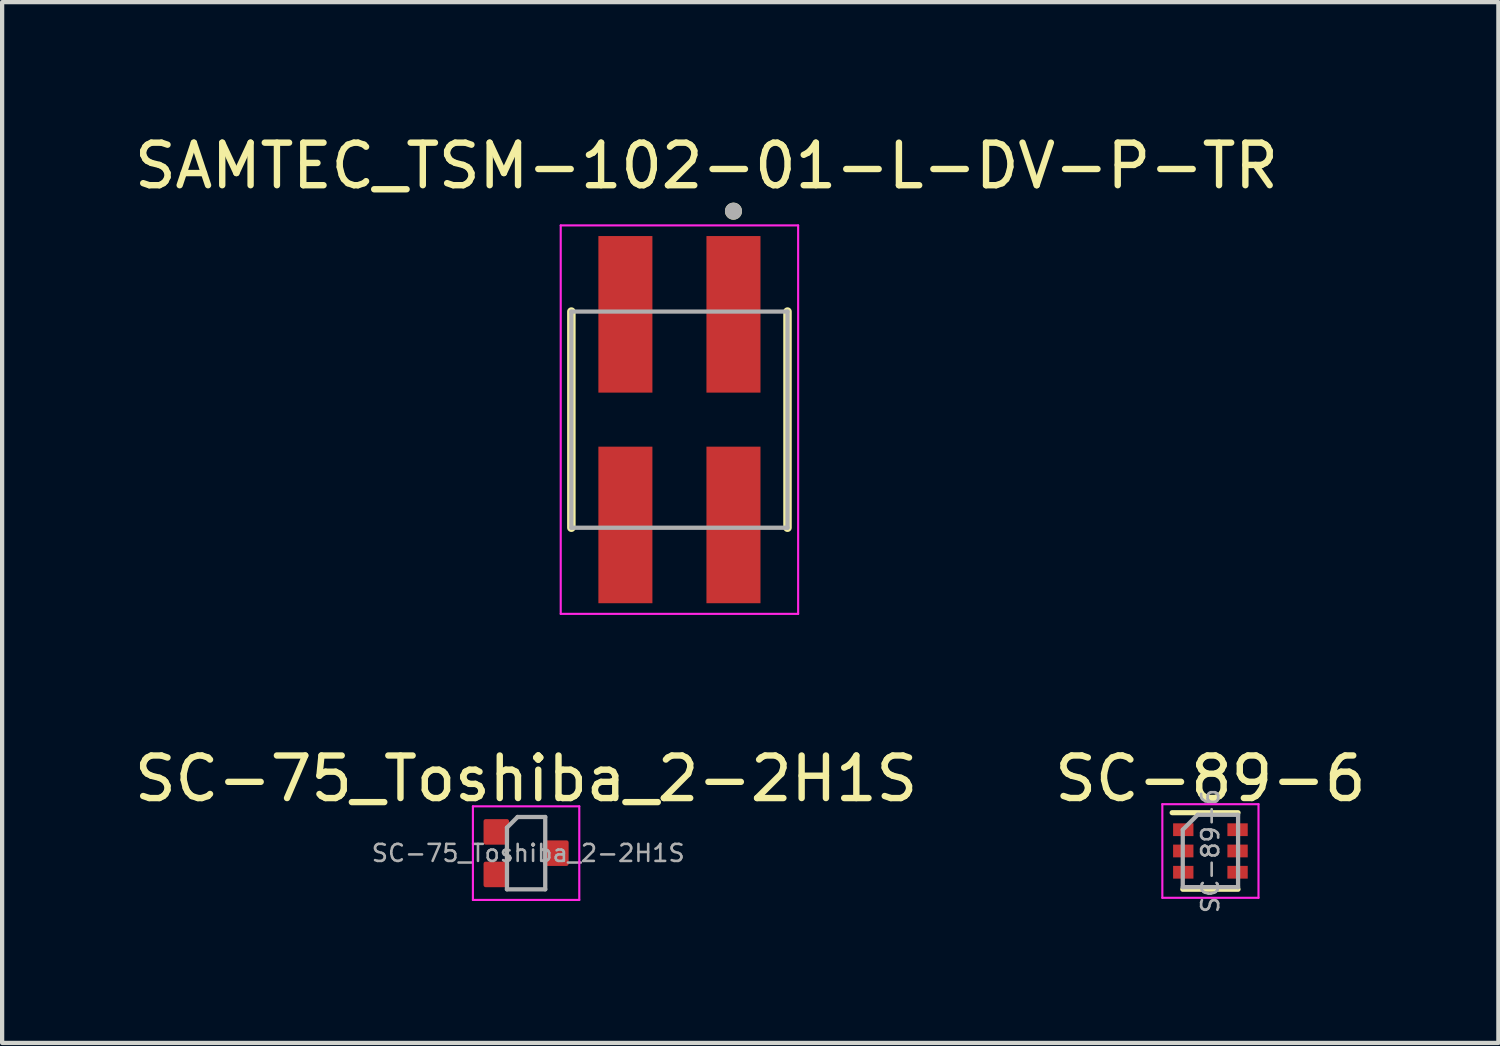
<source format=kicad_pcb>
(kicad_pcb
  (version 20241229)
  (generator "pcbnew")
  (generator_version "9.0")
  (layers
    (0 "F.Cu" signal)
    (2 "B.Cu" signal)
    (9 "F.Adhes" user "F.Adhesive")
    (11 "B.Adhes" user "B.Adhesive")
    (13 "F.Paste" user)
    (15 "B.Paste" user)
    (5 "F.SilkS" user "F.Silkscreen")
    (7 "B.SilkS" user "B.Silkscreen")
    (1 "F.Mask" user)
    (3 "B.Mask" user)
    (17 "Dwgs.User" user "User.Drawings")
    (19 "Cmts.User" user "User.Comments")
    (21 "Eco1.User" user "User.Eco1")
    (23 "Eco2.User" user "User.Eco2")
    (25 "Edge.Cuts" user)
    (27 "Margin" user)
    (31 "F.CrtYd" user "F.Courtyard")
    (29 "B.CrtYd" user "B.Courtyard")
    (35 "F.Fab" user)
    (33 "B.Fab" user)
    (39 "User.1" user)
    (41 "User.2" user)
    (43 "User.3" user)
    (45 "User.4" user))
  (footprint "SAMTEC_TSM-102-01-L-DV-P-TR"
    (layer "F.Cu")
    (at 12.919 6.813)
    (property "Reference" "SAMTEC_TSM-102-01-L-DV-P-TR" (at 0.635 -5.965 0) (layer "F.SilkS") (effects (font (size 1 1) (thickness 0.15))))
    (attr smd)
    (fp_line (start -2.54 2.54) (end -2.54 -2.54) (stroke (width 0.2) (type solid)) (layer "F.SilkS"))
    (fp_line (start 2.54 -2.54) (end 2.54 2.54) (stroke (width 0.2) (type solid)) (layer "F.SilkS"))
    (fp_circle (center 1.27 -4.9) (end 1.37 -4.9) (stroke (width 0.2) (type solid)) (fill no) (layer "F.SilkS"))
    (fp_line (start -2.79 -4.565) (end 2.79 -4.565) (stroke (width 0.05) (type solid)) (layer "F.CrtYd"))
    (fp_line (start -2.79 4.565) (end -2.79 -4.565) (stroke (width 0.05) (type solid)) (layer "F.CrtYd"))
    (fp_line (start 2.79 -4.565) (end 2.79 4.565) (stroke (width 0.05) (type solid)) (layer "F.CrtYd"))
    (fp_line (start 2.79 4.565) (end -2.79 4.565) (stroke (width 0.05) (type solid)) (layer "F.CrtYd"))
    (fp_line (start -2.54 -2.54) (end 2.54 -2.54) (stroke (width 0.1) (type solid)) (layer "F.Fab"))
    (fp_line (start -2.54 2.54) (end -2.54 -2.54) (stroke (width 0.1) (type solid)) (layer "F.Fab"))
    (fp_line (start 2.54 -2.54) (end 2.54 2.54) (stroke (width 0.1) (type solid)) (layer "F.Fab"))
    (fp_line (start 2.54 2.54) (end -2.54 2.54) (stroke (width 0.1) (type solid)) (layer "F.Fab"))
    (fp_circle (center 1.27 -4.9) (end 1.37 -4.9) (stroke (width 0.2) (type solid)) (fill no) (layer "F.Fab"))
    (pad "01" smd rect (at 1.27 -2.475) (size 1.27 3.68) (layers "F.Cu" "F.Mask" "F.Paste"))
    (pad "02" smd rect (at 1.27 2.475) (size 1.27 3.68) (layers "F.Cu" "F.Mask" "F.Paste"))
    (pad "03" smd rect (at -1.27 -2.475) (size 1.27 3.68) (layers "F.Cu" "F.Mask" "F.Paste"))
    (pad "04" smd rect (at -1.27 2.475) (size 1.27 3.68) (layers "F.Cu" "F.Mask" "F.Paste")))
  (footprint "SC-89-6"
    (layer "F.Cu")
    (at 25.399 16.951)
    (property "Reference" "SC-89-6" (at 0 -1.7 0) (layer "F.SilkS") (effects (font (size 1 1) (thickness 0.15))))
    (attr smd)
    (fp_line (start -0.9 -0.9) (end 0.65 -0.9) (stroke (width 0.12) (type solid)) (layer "F.SilkS"))
    (fp_line (start 0.65 0.9) (end -0.65 0.9) (stroke (width 0.12) (type solid)) (layer "F.SilkS"))
    (fp_line (start -1.13 -1.1) (end -1.13 1.1) (stroke (width 0.05) (type solid)) (layer "F.CrtYd"))
    (fp_line (start -1.13 -1.1) (end 1.13 -1.1) (stroke (width 0.05) (type solid)) (layer "F.CrtYd"))
    (fp_line (start 1.13 1.1) (end -1.13 1.1) (stroke (width 0.05) (type solid)) (layer "F.CrtYd"))
    (fp_line (start 1.13 1.1) (end 1.13 -1.1) (stroke (width 0.05) (type solid)) (layer "F.CrtYd"))
    (fp_line (start -0.65 -0.5) (end -0.65 0.85) (stroke (width 0.1) (type solid)) (layer "F.Fab"))
    (fp_line (start -0.65 -0.5) (end -0.3 -0.85) (stroke (width 0.1) (type solid)) (layer "F.Fab"))
    (fp_line (start -0.65 0.85) (end 0.65 0.85) (stroke (width 0.1) (type solid)) (layer "F.Fab"))
    (fp_line (start 0.65 -0.85) (end -0.3 -0.85) (stroke (width 0.1) (type solid)) (layer "F.Fab"))
    (fp_line (start 0.65 0.85) (end 0.65 -0.85) (stroke (width 0.1) (type solid)) (layer "F.Fab"))
    (fp_text user "${REFERENCE}" (at 0 0 90) (layer "F.Fab") (effects (font (size 0.4 0.4) (thickness 0.062))))
    (pad "1" smd rect (at -0.638 -0.5) (size 0.478 0.3) (layers "F.Cu" "F.Mask" "F.Paste"))
    (pad "2" smd rect (at -0.638 0) (size 0.478 0.3) (layers "F.Cu" "F.Mask" "F.Paste"))
    (pad "3" smd rect (at -0.638 0.5) (size 0.478 0.3) (layers "F.Cu" "F.Mask" "F.Paste"))
    (pad "4" smd rect (at 0.638 0.5) (size 0.478 0.3) (layers "F.Cu" "F.Mask" "F.Paste"))
    (pad "5" smd rect (at 0.638 0) (size 0.478 0.3) (layers "F.Cu" "F.Mask" "F.Paste"))
    (pad "6" smd rect (at 0.638 -0.5) (size 0.478 0.3) (layers "F.Cu" "F.Mask" "F.Paste")))
  (footprint "SC-75_Toshiba_2-2H1S"
    (layer "F.Cu")
    (at 9.315 17.002)
    (property "Reference" "SC-75_Toshiba_2-2H1S" (at 0 -1.75 0) (unlocked yes) (layer "F.SilkS") (effects (font (size 1 1) (thickness 0.15))))
    (attr smd)
    (fp_line (start -1.25 -1.1) (end -1.25 1.1) (stroke (width 0.05) (type default)) (layer "F.CrtYd"))
    (fp_line (start -1.25 1.1) (end 1.25 1.1) (stroke (width 0.05) (type default)) (layer "F.CrtYd"))
    (fp_line (start 1.25 -1.1) (end -1.25 -1.1) (stroke (width 0.05) (type default)) (layer "F.CrtYd"))
    (fp_line (start 1.25 1.1) (end 1.25 -1.1) (stroke (width 0.05) (type default)) (layer "F.CrtYd"))
    (fp_line (start -0.45 -0.6) (end -0.45 0.85) (stroke (width 0.1) (type default)) (layer "F.Fab"))
    (fp_line (start -0.45 -0.6) (end -0.2 -0.85) (stroke (width 0.1) (type default)) (layer "F.Fab"))
    (fp_line (start -0.2 -0.85) (end 0.45 -0.85) (stroke (width 0.1) (type default)) (layer "F.Fab"))
    (fp_line (start 0.45 -0.85) (end 0.45 0.85) (stroke (width 0.1) (type default)) (layer "F.Fab"))
    (fp_line (start 0.45 0.85) (end -0.45 0.85) (stroke (width 0.1) (type default)) (layer "F.Fab"))
    (fp_text user "${REFERENCE}" (at 0.05 0 0) (unlocked yes) (layer "F.Fab") (effects (font (size 0.4 0.4) (thickness 0.06))))
    (pad "1" smd roundrect (at -0.7 -0.5) (size 0.6 0.6) (layers "F.Cu" "F.Mask" "F.Paste") (roundrect_rratio 0.083))
    (pad "2" smd roundrect (at -0.7 0.5) (size 0.6 0.6) (layers "F.Cu" "F.Mask" "F.Paste") (roundrect_rratio 0.083))
    (pad "3" smd roundrect (at 0.7 0) (size 0.6 0.6) (layers "F.Cu" "F.Mask" "F.Paste") (roundrect_rratio 0.083)))
  (gr_rect
    (start -3 -3)
    (end 32.167 21.462)
    (stroke (width 0.1) (type default))
    (fill no)
    (layer "Edge.Cuts")))
</source>
